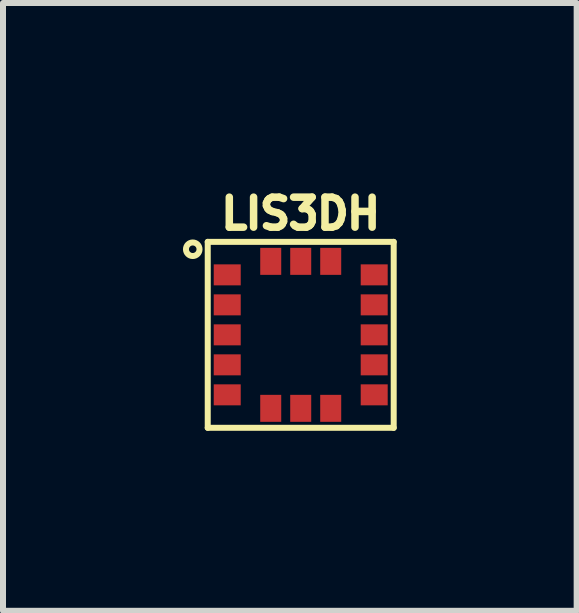
<source format=kicad_pcb>
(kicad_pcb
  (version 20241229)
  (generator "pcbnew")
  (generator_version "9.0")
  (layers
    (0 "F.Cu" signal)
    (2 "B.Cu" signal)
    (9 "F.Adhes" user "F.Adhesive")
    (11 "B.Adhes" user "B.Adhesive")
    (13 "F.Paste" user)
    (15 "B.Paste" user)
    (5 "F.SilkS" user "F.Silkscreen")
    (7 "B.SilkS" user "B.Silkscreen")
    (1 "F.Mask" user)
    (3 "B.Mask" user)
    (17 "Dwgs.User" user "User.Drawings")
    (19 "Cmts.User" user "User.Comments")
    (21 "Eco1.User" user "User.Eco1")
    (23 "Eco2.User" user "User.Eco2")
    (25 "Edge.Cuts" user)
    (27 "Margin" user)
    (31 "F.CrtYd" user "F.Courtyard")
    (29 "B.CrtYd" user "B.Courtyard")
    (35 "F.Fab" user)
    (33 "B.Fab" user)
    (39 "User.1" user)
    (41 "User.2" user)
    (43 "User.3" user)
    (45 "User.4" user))
  (footprint "LIS3DH"
    (layer "F.Cu")
    (at 1.963 2.532)
    (property "Reference" "LIS3DH" (at 0 -2.02 0) (layer "F.SilkS") (effects (font (size 0.5 0.5) (thickness 0.125))))
    (attr through_hole)
    (fp_line (start -1.55 -1.55) (end -1.55 1.55) (stroke (width 0.1) (type solid)) (layer "F.SilkS"))
    (fp_line (start -1.55 -1.55) (end 1.55 -1.55) (stroke (width 0.1) (type solid)) (layer "F.SilkS"))
    (fp_line (start -1.55 1.55) (end 1.55 1.55) (stroke (width 0.1) (type solid)) (layer "F.SilkS"))
    (fp_line (start 1.55 -1.55) (end 1.55 1.55) (stroke (width 0.1) (type solid)) (layer "F.SilkS"))
    (fp_circle (center -1.8 -1.427) (end -1.72 -1.347) (stroke (width 0.1) (type solid)) (fill no) (layer "F.SilkS"))
    (pad "1" smd rect (at -1.225 -1) (size 0.45 0.35) (layers "F.Cu" "F.Mask" "F.Paste"))
    (pad "2" smd rect (at -1.225 -0.5) (size 0.45 0.35) (layers "F.Cu" "F.Mask" "F.Paste"))
    (pad "3" smd rect (at -1.225 0) (size 0.45 0.35) (layers "F.Cu" "F.Mask" "F.Paste"))
    (pad "4" smd rect (at -1.225 0.5) (size 0.45 0.35) (layers "F.Cu" "F.Mask" "F.Paste"))
    (pad "5" smd rect (at -1.225 1) (size 0.45 0.35) (layers "F.Cu" "F.Mask" "F.Paste"))
    (pad "6" smd rect (at -0.5 1.225 90) (size 0.45 0.35) (layers "F.Cu" "F.Mask" "F.Paste"))
    (pad "7" smd rect (at 0 1.225 90) (size 0.45 0.35) (layers "F.Cu" "F.Mask" "F.Paste"))
    (pad "8" smd rect (at 0.5 1.225 90) (size 0.45 0.35) (layers "F.Cu" "F.Mask" "F.Paste"))
    (pad "9" smd rect (at 1.225 1) (size 0.45 0.35) (layers "F.Cu" "F.Mask" "F.Paste"))
    (pad "10" smd rect (at 1.225 0.5) (size 0.45 0.35) (layers "F.Cu" "F.Mask" "F.Paste"))
    (pad "11" smd rect (at 1.225 0) (size 0.45 0.35) (layers "F.Cu" "F.Mask" "F.Paste"))
    (pad "12" smd rect (at 1.225 -0.5) (size 0.45 0.35) (layers "F.Cu" "F.Mask" "F.Paste"))
    (pad "13" smd rect (at 1.225 -1) (size 0.45 0.35) (layers "F.Cu" "F.Mask" "F.Paste"))
    (pad "14" smd rect (at 0.5 -1.225 90) (size 0.45 0.35) (layers "F.Cu" "F.Mask" "F.Paste"))
    (pad "15" smd rect (at 0 -1.225 90) (size 0.45 0.35) (layers "F.Cu" "F.Mask" "F.Paste"))
    (pad "16" smd rect (at -0.5 -1.225 90) (size 0.45 0.35) (layers "F.Cu" "F.Mask" "F.Paste")))
  (gr_rect
    (start -3 -3)
    (end 6.563 7.132)
    (stroke (width 0.1) (type default))
    (fill no)
    (layer "Edge.Cuts")))
</source>
